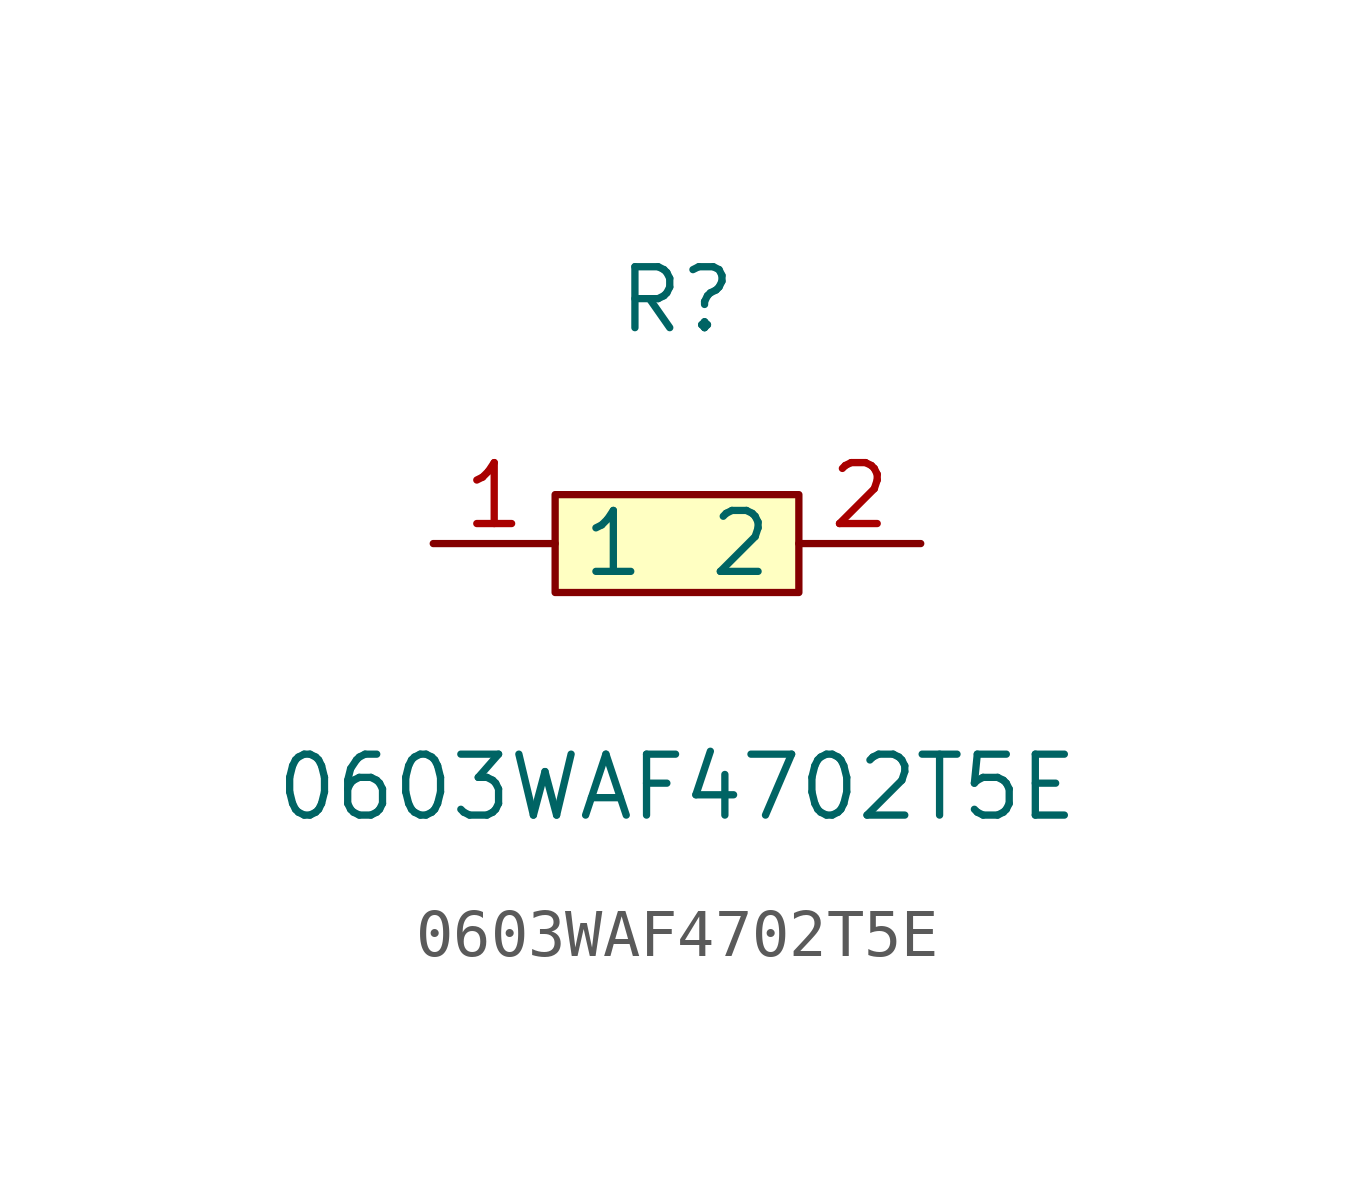
<source format=kicad_sym>
(kicad_symbol_lib
  (version 1)
  (generator "faebryk")
  (symbol "0603WAF4702T5E"
    (property "Reference" "R"
      (at 0 5.08 0)
      (effects (font (size 1.27 1.27)) (hide no)))
    (property "Value" "0603WAF4702T5E"
      (at 0 -5.08 0)
      (effects (font (size 1.27 1.27)) (hide no)))
    (symbol "0603WAF4702T5E_0_1"
      (rectangle (start -2.54 1.02) (end 2.54 -1.02) (stroke (width 0) (type default) (color 0 0 0 0)) (fill (type background)))
      (pin input line (at 5.08 0 180) (length 2.54) (name "2" (effects (font (size 1.27 1.27)) (hide no))) (number "2" (effects (font (size 1.27 1.27)) (hide no))))
      (pin input line (at -5.08 0 0) (length 2.54) (name "1" (effects (font (size 1.27 1.27)) (hide no))) (number "1" (effects (font (size 1.27 1.27)) (hide no)))))))
</source>
